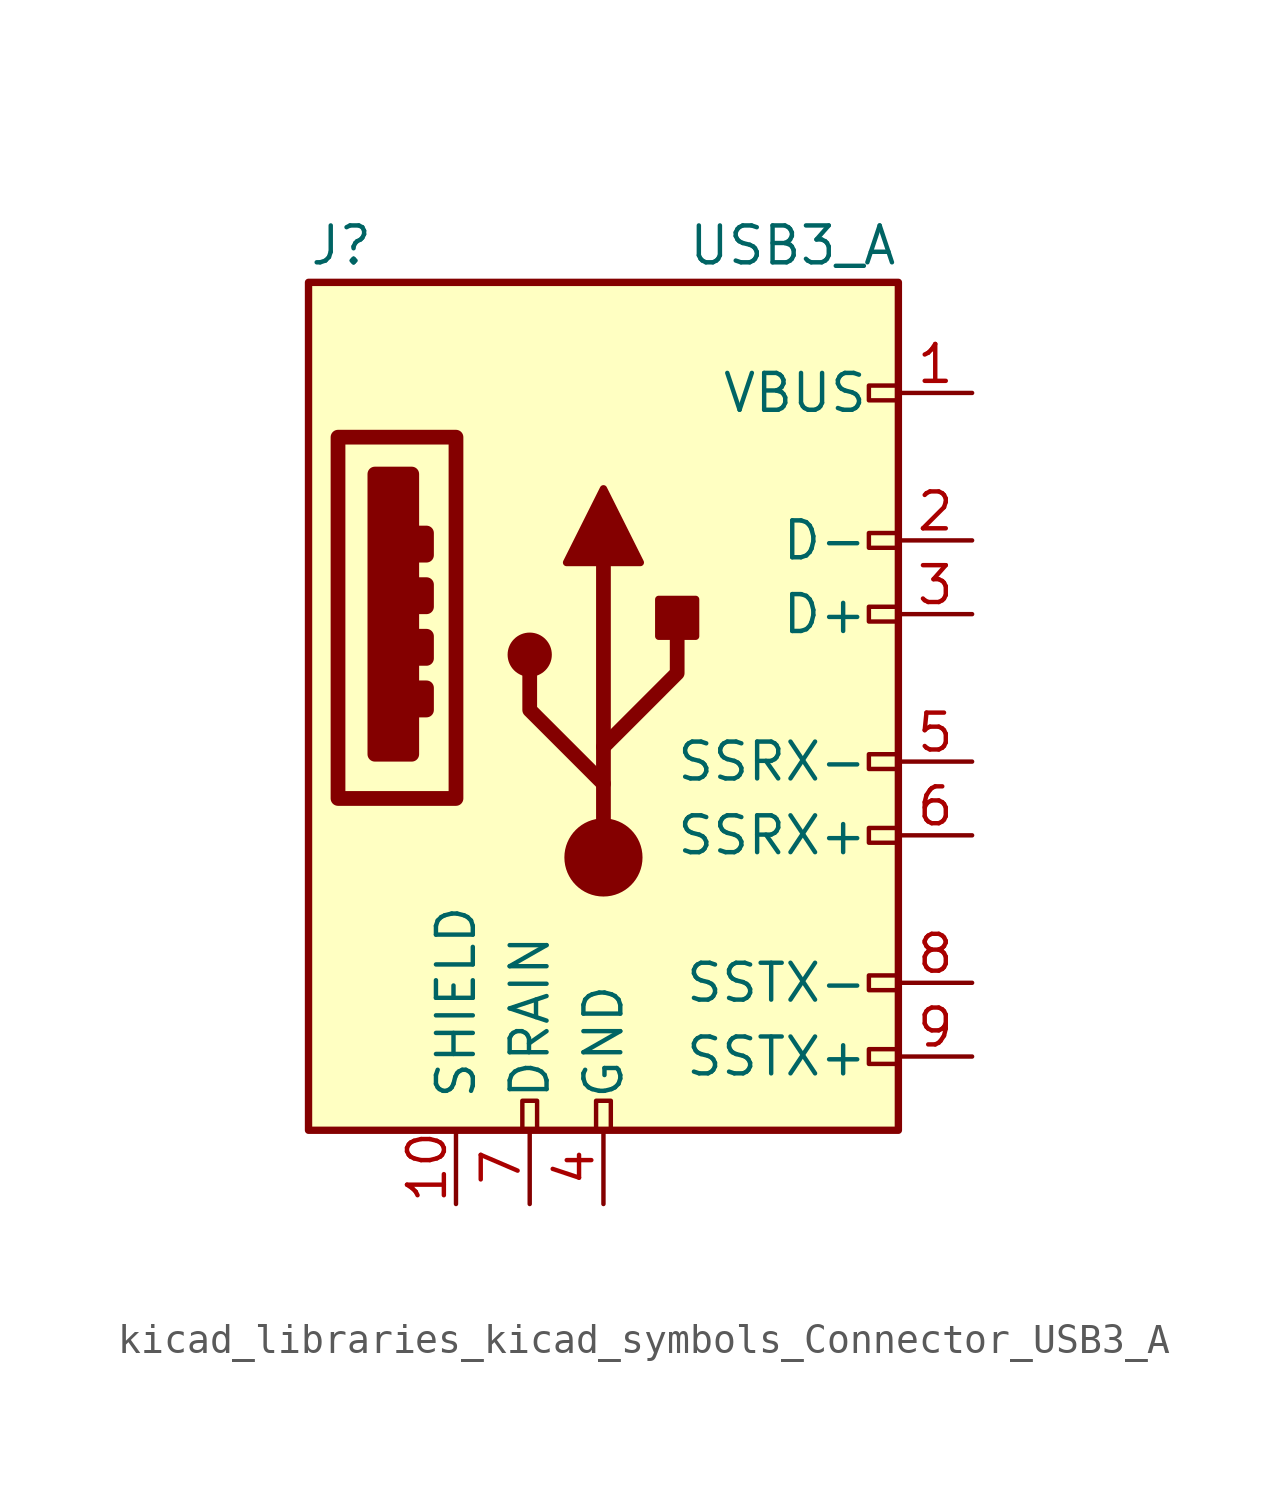
<source format=kicad_sym>
(kicad_symbol_lib
  (version 20220914)
  (generator kicad_symbol_editor)
  (symbol "kicad_libraries_kicad_symbols_Connector_USB3_A"
    (pin_names
      (offset 1.016))
    (property "Reference" "J"
      (at -10.16 15.24 0)
      (effects (font (size 1.27 1.27)) (justify left)))
    (property "Value" "USB3_A"
      (at 10.16 15.24 0)
      (effects (font (size 1.27 1.27)) (justify right)))
    (symbol "kicad_libraries_kicad_symbols_Connector_USB3_A_0_0"
      (rectangle (start -9.144 8.636) (end -5.08 -3.81) (stroke (width 0.508) (type default)) (fill (type none)))
      (rectangle (start -7.874 7.366) (end -6.604 -2.286) (stroke (width 0.508) (type default)) (fill (type outline)))
      (rectangle (start -6.35 0) (end -6.096 -0.762) (stroke (width 0.508) (type default)) (fill (type none)))
      (rectangle (start -6.35 1.778) (end -6.096 1.016) (stroke (width 0.508) (type default)) (fill (type none)))
      (rectangle (start -6.35 3.556) (end -6.096 2.794) (stroke (width 0.508) (type default)) (fill (type none)))
      (rectangle (start -6.35 5.334) (end -6.096 4.572) (stroke (width 0.508) (type default)) (fill (type none)))
      (rectangle (start -2.794 -15.24) (end -2.286 -14.224) (stroke (width 0) (type default)) (fill (type none)))
      (rectangle (start -0.254 -15.24) (end 0.254 -14.224) (stroke (width 0) (type default)) (fill (type none)))
      (rectangle (start 10.16 -12.446) (end 9.144 -12.954) (stroke (width 0) (type default)) (fill (type none)))
      (rectangle (start 10.16 -9.906) (end 9.144 -10.414) (stroke (width 0) (type default)) (fill (type none)))
      (rectangle (start 10.16 -4.826) (end 9.144 -5.334) (stroke (width 0) (type default)) (fill (type none)))
      (rectangle (start 10.16 -2.286) (end 9.144 -2.794) (stroke (width 0) (type default)) (fill (type none)))
      (rectangle (start 10.16 2.794) (end 9.144 2.286) (stroke (width 0) (type default)) (fill (type none)))
      (rectangle (start 10.16 5.334) (end 9.144 4.826) (stroke (width 0) (type default)) (fill (type none)))
      (rectangle (start 10.16 10.414) (end 9.144 9.906) (stroke (width 0) (type default)) (fill (type none))))
    (symbol "kicad_libraries_kicad_symbols_Connector_USB3_A_0_1"
      (rectangle (start -10.16 13.97) (end 10.16 -15.24) (stroke (width 0.254) (type default)) (fill (type background))))
    (symbol "kicad_libraries_kicad_symbols_Connector_USB3_A_1_1"
      (circle (center -2.54 1.143) (radius 0.635) (stroke (width 0.254) (type default)) (fill (type outline)))
      (circle (center 0 -5.842) (radius 1.27) (stroke (width 0) (type default)) (fill (type outline)))
      (polyline (pts (xy 0 -5.842) (xy 0 4.318)) (stroke (width 0.508) (type default)) (fill (type none)))
      (polyline (pts (xy 0 -3.302) (xy -2.54 -0.762) (xy -2.54 0.508)) (stroke (width 0.508) (type default)) (fill (type none)))
      (polyline (pts (xy 0 -2.032) (xy 2.54 0.508) (xy 2.54 1.778)) (stroke (width 0.508) (type default)) (fill (type none)))
      (polyline (pts (xy -1.27 4.318) (xy 0 6.858) (xy 1.27 4.318) (xy -1.27 4.318)) (stroke (width 0.254) (type default)) (fill (type outline)))
      (rectangle (start 1.905 1.778) (end 3.175 3.048) (stroke (width 0.254) (type default)) (fill (type outline)))
      (pin power_in line (at 12.7 10.16 180) (length 2.54) (name "VBUS" (effects (font (size 1.27 1.27)))) (number "1" (effects (font (size 1.27 1.27)))))
      (pin passive line (at -5.08 -17.78 90) (length 2.54) (name "SHIELD" (effects (font (size 1.27 1.27)))) (number "10" (effects (font (size 1.27 1.27)))))
      (pin bidirectional line (at 12.7 5.08 180) (length 2.54) (name "D-" (effects (font (size 1.27 1.27)))) (number "2" (effects (font (size 1.27 1.27)))))
      (pin bidirectional line (at 12.7 2.54 180) (length 2.54) (name "D+" (effects (font (size 1.27 1.27)))) (number "3" (effects (font (size 1.27 1.27)))))
      (pin power_in line (at 0 -17.78 90) (length 2.54) (name "GND" (effects (font (size 1.27 1.27)))) (number "4" (effects (font (size 1.27 1.27)))))
      (pin output line (at 12.7 -2.54 180) (length 2.54) (name "SSRX-" (effects (font (size 1.27 1.27)))) (number "5" (effects (font (size 1.27 1.27)))))
      (pin output line (at 12.7 -5.08 180) (length 2.54) (name "SSRX+" (effects (font (size 1.27 1.27)))) (number "6" (effects (font (size 1.27 1.27)))))
      (pin passive line (at -2.54 -17.78 90) (length 2.54) (name "DRAIN" (effects (font (size 1.27 1.27)))) (number "7" (effects (font (size 1.27 1.27)))))
      (pin input line (at 12.7 -10.16 180) (length 2.54) (name "SSTX-" (effects (font (size 1.27 1.27)))) (number "8" (effects (font (size 1.27 1.27)))))
      (pin input line (at 12.7 -12.7 180) (length 2.54) (name "SSTX+" (effects (font (size 1.27 1.27)))) (number "9" (effects (font (size 1.27 1.27))))))))
</source>
